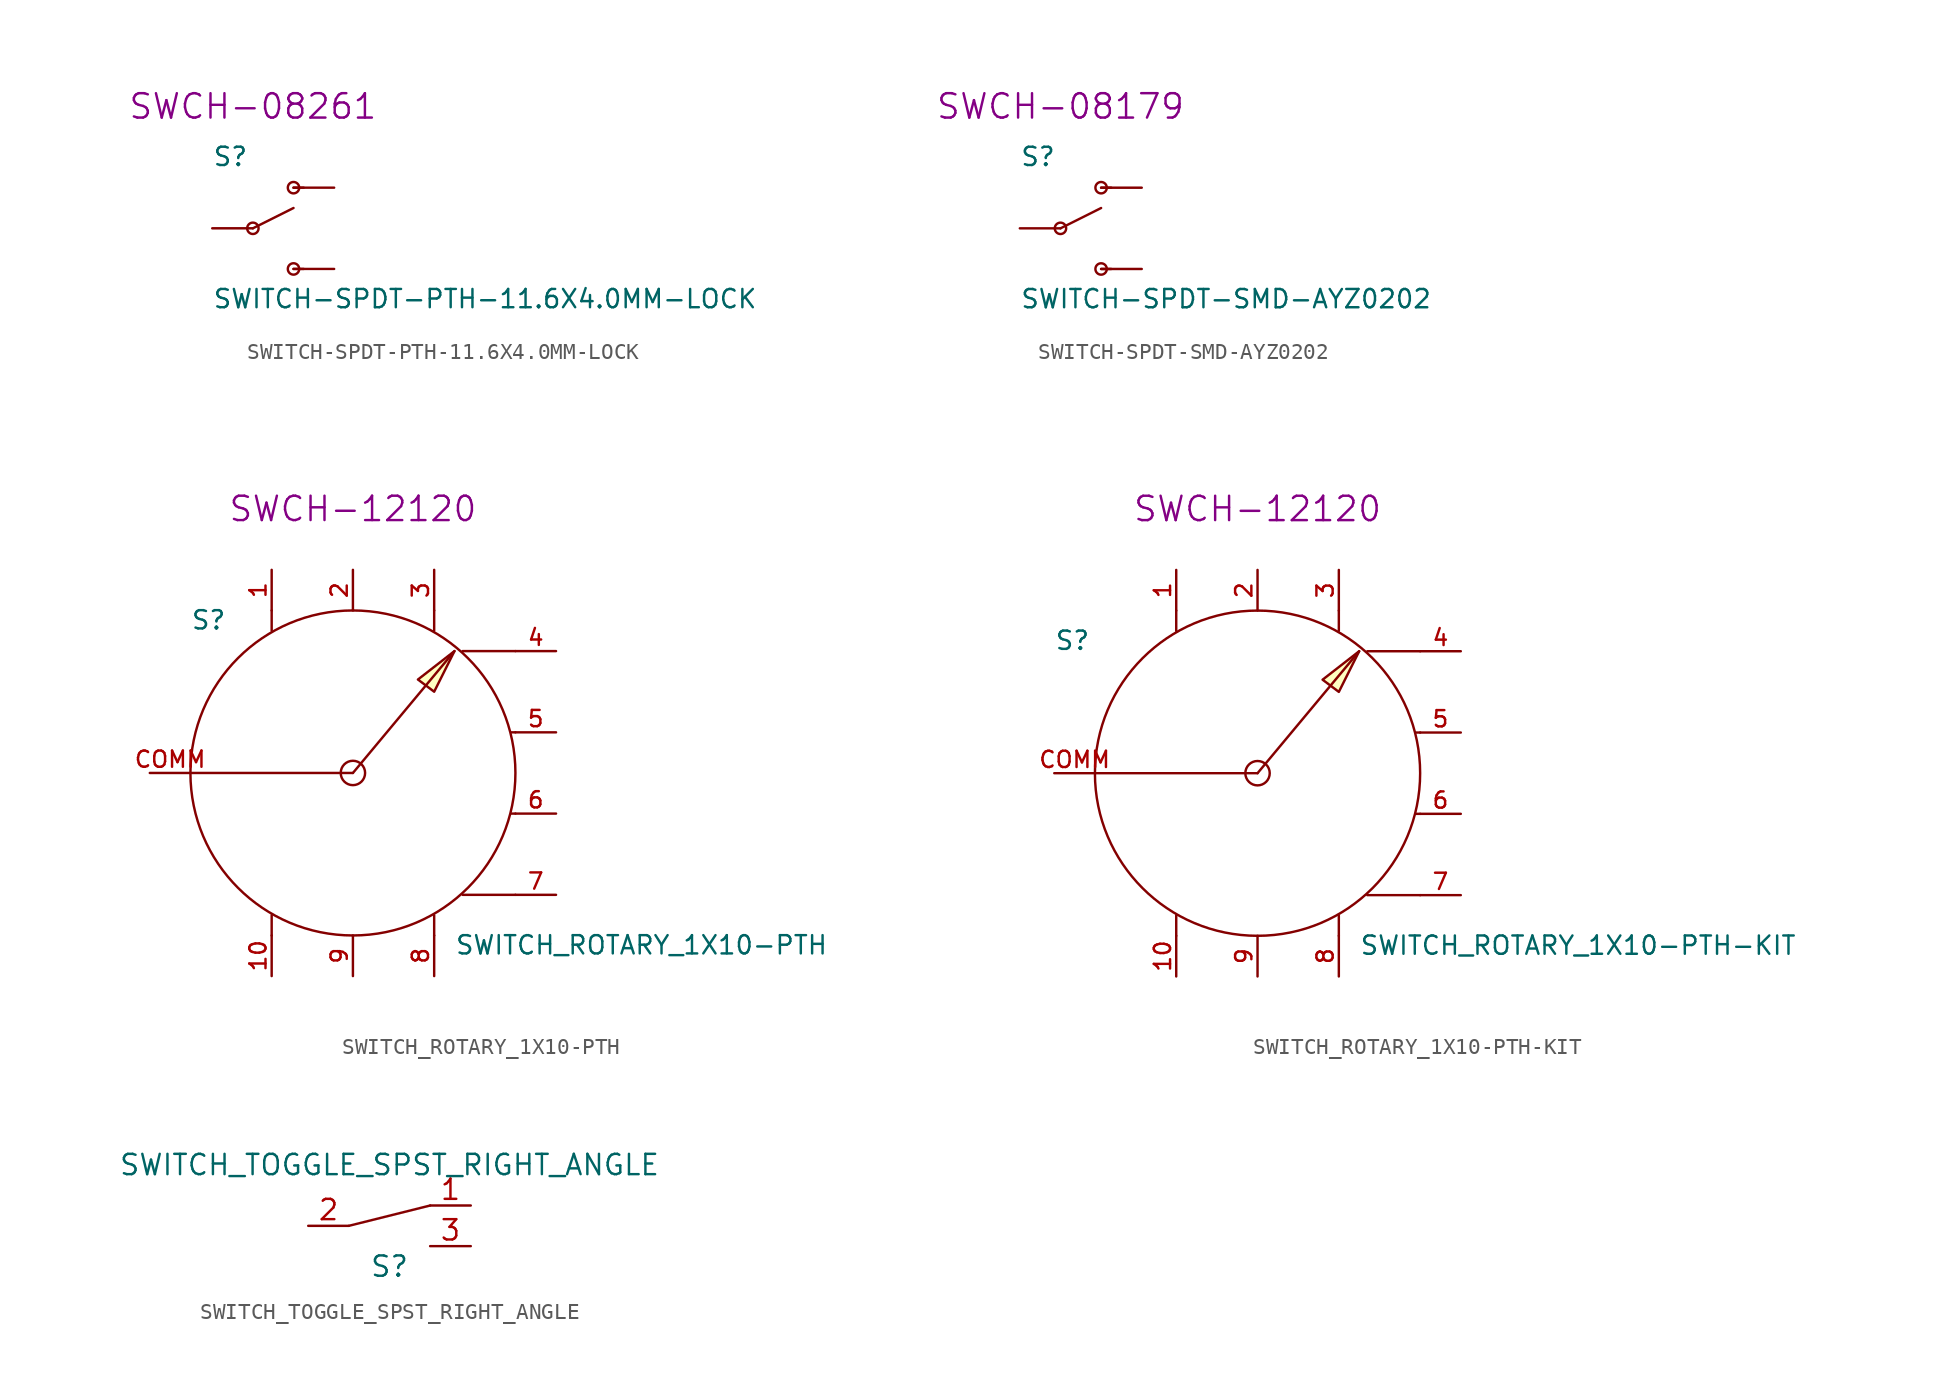
<source format=kicad_sym>
(kicad_symbol_lib
  (version 20201005)
  (generator kicad_symbol_editor)
  (symbol "SWITCH-SPDT-PTH-11.6X4.0MM-LOCK"
    (pin_numbers hide)
    (pin_names
      (offset 1.016) hide)
    (property "Reference" "S"
      (at -2.54 3.81 0)
      (effects (font (size 1.143 1.143)) (justify left bottom)))
    (property "Value" "SWITCH-SPDT-PTH-11.6X4.0MM-LOCK"
      (at -2.54 -5.08 0)
      (effects (font (size 1.143 1.143)) (justify left bottom)))
    (property "Field4" "SWCH-08261"
      (at 0 7.62 0)
      (effects (font (size 1.524 1.524))))
    (property "ki_locked" ""
      (at 0 0 0)
      (effects (font (size 1.27 1.27))))
    (symbol "SWITCH-SPDT-PTH-11.6X4.0MM-LOCK_1_0"
      (polyline (pts (xy 0 0) (xy 2.54 1.27)) (stroke (width 0)) (fill (type none)))
      (polyline (pts (xy 2.54 -2.54) (xy 3.175 -2.54)) (stroke (width 0)) (fill (type none)))
      (polyline (pts (xy 2.54 2.54) (xy 3.175 2.54)) (stroke (width 0)) (fill (type none))))
    (symbol "SWITCH-SPDT-PTH-11.6X4.0MM-LOCK_1_1"
      (circle (center 0 0) (radius 0.356) (stroke (width 0)) (fill (type none)))
      (circle (center 2.54 -2.54) (radius 0.356) (stroke (width 0)) (fill (type none)))
      (circle (center 2.54 2.54) (radius 0.356) (stroke (width 0)) (fill (type none)))
      (pin passive line (at 5.08 2.54 180) (length 2.54) (name "O" (effects (font (size 1.016 1.016)))) (number "1" (effects (font (size 1.016 1.016)))))
      (pin passive line (at -2.54 0 0) (length 2.54) (name "P" (effects (font (size 1.016 1.016)))) (number "2" (effects (font (size 1.016 1.016)))))
      (pin passive line (at 5.08 -2.54 180) (length 2.54) (name "S" (effects (font (size 1.016 1.016)))) (number "3" (effects (font (size 1.016 1.016)))))))
  (symbol "SWITCH-SPDT-SMD-AYZ0202"
    (pin_numbers hide)
    (pin_names
      (offset 1.016) hide)
    (property "Reference" "S"
      (at -2.54 3.81 0)
      (effects (font (size 1.143 1.143)) (justify left bottom)))
    (property "Value" "SWITCH-SPDT-SMD-AYZ0202"
      (at -2.54 -5.08 0)
      (effects (font (size 1.143 1.143)) (justify left bottom)))
    (property "Field4" "SWCH-08179"
      (at 0 7.62 0)
      (effects (font (size 1.524 1.524))))
    (property "ki_locked" ""
      (at 0 0 0)
      (effects (font (size 1.27 1.27))))
    (symbol "SWITCH-SPDT-SMD-AYZ0202_1_0"
      (polyline (pts (xy 0 0) (xy 2.54 1.27)) (stroke (width 0)) (fill (type none)))
      (polyline (pts (xy 2.54 -2.54) (xy 3.175 -2.54)) (stroke (width 0)) (fill (type none)))
      (polyline (pts (xy 2.54 2.54) (xy 3.175 2.54)) (stroke (width 0)) (fill (type none))))
    (symbol "SWITCH-SPDT-SMD-AYZ0202_1_1"
      (circle (center 0 0) (radius 0.356) (stroke (width 0)) (fill (type none)))
      (circle (center 2.54 -2.54) (radius 0.356) (stroke (width 0)) (fill (type none)))
      (circle (center 2.54 2.54) (radius 0.356) (stroke (width 0)) (fill (type none)))
      (pin passive line (at 5.08 2.54 180) (length 2.54) (name "O" (effects (font (size 1.016 1.016)))) (number "1" (effects (font (size 1.016 1.016)))))
      (pin passive line (at -2.54 0 0) (length 2.54) (name "P" (effects (font (size 1.016 1.016)))) (number "2" (effects (font (size 1.016 1.016)))))
      (pin passive line (at 5.08 -2.54 180) (length 2.54) (name "S" (effects (font (size 1.016 1.016)))) (number "3" (effects (font (size 1.016 1.016)))))))
  (symbol "SWITCH_ROTARY_1X10-PTH"
    (pin_names
      (offset 1.016) hide)
    (property "Reference" "S"
      (at -10.16 8.89 0)
      (effects (font (size 1.143 1.143)) (justify left bottom)))
    (property "Value" "SWITCH_ROTARY_1X10-PTH"
      (at 6.35 -11.43 0)
      (effects (font (size 1.143 1.143)) (justify left bottom)))
    (property "Field4" "SWCH-12120"
      (at 0 16.51 0)
      (effects (font (size 1.524 1.524))))
    (property "ki_locked" ""
      (at 0 0 0)
      (effects (font (size 1.27 1.27))))
    (symbol "SWITCH_ROTARY_1X10-PTH_1_0"
      (polyline (pts (xy -5.08 -10.16) (xy -5.08 -8.89)) (stroke (width 0)) (fill (type none)))
      (polyline (pts (xy -5.08 10.16) (xy -5.08 8.89)) (stroke (width 0)) (fill (type none)))
      (polyline (pts (xy 0 0) (xy -10.16 0)) (stroke (width 0)) (fill (type none)))
      (polyline (pts (xy 0 0) (xy 6.35 7.62)) (stroke (width 0)) (fill (type none)))
      (polyline (pts (xy 5.08 -10.16) (xy 5.08 -8.89)) (stroke (width 0)) (fill (type none)))
      (polyline (pts (xy 5.08 10.16) (xy 5.08 8.89)) (stroke (width 0)) (fill (type none)))
      (polyline (pts (xy 10.16 -7.62) (xy 6.858 -7.62)) (stroke (width 0)) (fill (type none)))
      (polyline (pts (xy 10.16 -2.54) (xy 9.906 -2.54)) (stroke (width 0)) (fill (type none)))
      (polyline (pts (xy 10.16 2.54) (xy 9.906 2.54)) (stroke (width 0)) (fill (type none)))
      (polyline (pts (xy 10.16 7.62) (xy 6.858 7.62)) (stroke (width 0)) (fill (type none))))
    (symbol "SWITCH_ROTARY_1X10-PTH_1_1"
      (circle (center 0 0) (radius 0.762) (stroke (width 0)) (fill (type none)))
      (circle (center 0 0) (radius 10.16) (stroke (width 0)) (fill (type none)))
      (polyline (pts (xy 6.35 7.62) (xy 5.08 5.08) (xy 4.064 5.842) (xy 6.35 7.62)) (stroke (width 0)) (fill (type background)))
      (pin bidirectional line (at -5.08 12.7 270) (length 2.54) (name "1" (effects (font (size 1.016 1.016)))) (number "1" (effects (font (size 1.016 1.016)))))
      (pin bidirectional line (at 0 12.7 270) (length 2.54) (name "2" (effects (font (size 1.016 1.016)))) (number "2" (effects (font (size 1.016 1.016)))))
      (pin bidirectional line (at 5.08 12.7 270) (length 2.54) (name "3" (effects (font (size 1.016 1.016)))) (number "3" (effects (font (size 1.016 1.016)))))
      (pin bidirectional line (at 12.7 7.62 180) (length 2.54) (name "4" (effects (font (size 1.016 1.016)))) (number "4" (effects (font (size 1.016 1.016)))))
      (pin bidirectional line (at 12.7 2.54 180) (length 2.54) (name "5" (effects (font (size 1.016 1.016)))) (number "5" (effects (font (size 1.016 1.016)))))
      (pin bidirectional line (at 12.7 -2.54 180) (length 2.54) (name "6" (effects (font (size 1.016 1.016)))) (number "6" (effects (font (size 1.016 1.016)))))
      (pin bidirectional line (at 12.7 -7.62 180) (length 2.54) (name "7" (effects (font (size 1.016 1.016)))) (number "7" (effects (font (size 1.016 1.016)))))
      (pin bidirectional line (at 5.08 -12.7 90) (length 2.54) (name "8" (effects (font (size 1.016 1.016)))) (number "8" (effects (font (size 1.016 1.016)))))
      (pin bidirectional line (at 0 -12.7 90) (length 2.54) (name "9" (effects (font (size 1.016 1.016)))) (number "9" (effects (font (size 1.016 1.016)))))
      (pin bidirectional line (at -5.08 -12.7 90) (length 2.54) (name "10" (effects (font (size 1.016 1.016)))) (number "10" (effects (font (size 1.016 1.016)))))
      (pin bidirectional line (at -12.7 0 0) (length 2.54) (name "COMMON" (effects (font (size 1.016 1.016)))) (number "COMM" (effects (font (size 1.016 1.016)))))))
  (symbol "SWITCH_ROTARY_1X10-PTH-KIT"
    (pin_names
      (offset 1.016) hide)
    (property "Reference" "S"
      (at -12.7 7.62 0)
      (effects (font (size 1.143 1.143)) (justify left bottom)))
    (property "Value" "SWITCH_ROTARY_1X10-PTH-KIT"
      (at 6.35 -11.43 0)
      (effects (font (size 1.143 1.143)) (justify left bottom)))
    (property "Field4" "SWCH-12120"
      (at 0 16.51 0)
      (effects (font (size 1.524 1.524))))
    (property "ki_locked" ""
      (at 0 0 0)
      (effects (font (size 1.27 1.27))))
    (symbol "SWITCH_ROTARY_1X10-PTH-KIT_1_0"
      (polyline (pts (xy -5.08 -10.16) (xy -5.08 -8.89)) (stroke (width 0)) (fill (type none)))
      (polyline (pts (xy -5.08 10.16) (xy -5.08 8.89)) (stroke (width 0)) (fill (type none)))
      (polyline (pts (xy 0 0) (xy -10.16 0)) (stroke (width 0)) (fill (type none)))
      (polyline (pts (xy 0 0) (xy 6.35 7.62)) (stroke (width 0)) (fill (type none)))
      (polyline (pts (xy 5.08 -10.16) (xy 5.08 -8.89)) (stroke (width 0)) (fill (type none)))
      (polyline (pts (xy 5.08 10.16) (xy 5.08 8.89)) (stroke (width 0)) (fill (type none)))
      (polyline (pts (xy 10.16 -7.62) (xy 6.858 -7.62)) (stroke (width 0)) (fill (type none)))
      (polyline (pts (xy 10.16 -2.54) (xy 9.906 -2.54)) (stroke (width 0)) (fill (type none)))
      (polyline (pts (xy 10.16 2.54) (xy 9.906 2.54)) (stroke (width 0)) (fill (type none)))
      (polyline (pts (xy 10.16 7.62) (xy 6.858 7.62)) (stroke (width 0)) (fill (type none))))
    (symbol "SWITCH_ROTARY_1X10-PTH-KIT_1_1"
      (circle (center 0 0) (radius 0.762) (stroke (width 0)) (fill (type none)))
      (circle (center 0 0) (radius 10.16) (stroke (width 0)) (fill (type none)))
      (polyline (pts (xy 6.35 7.62) (xy 5.08 5.08) (xy 4.064 5.842) (xy 6.35 7.62)) (stroke (width 0)) (fill (type background)))
      (pin bidirectional line (at -5.08 12.7 270) (length 2.54) (name "1" (effects (font (size 1.016 1.016)))) (number "1" (effects (font (size 1.016 1.016)))))
      (pin bidirectional line (at 0 12.7 270) (length 2.54) (name "2" (effects (font (size 1.016 1.016)))) (number "2" (effects (font (size 1.016 1.016)))))
      (pin bidirectional line (at 5.08 12.7 270) (length 2.54) (name "3" (effects (font (size 1.016 1.016)))) (number "3" (effects (font (size 1.016 1.016)))))
      (pin bidirectional line (at 12.7 7.62 180) (length 2.54) (name "4" (effects (font (size 1.016 1.016)))) (number "4" (effects (font (size 1.016 1.016)))))
      (pin bidirectional line (at 12.7 2.54 180) (length 2.54) (name "5" (effects (font (size 1.016 1.016)))) (number "5" (effects (font (size 1.016 1.016)))))
      (pin bidirectional line (at 12.7 -2.54 180) (length 2.54) (name "6" (effects (font (size 1.016 1.016)))) (number "6" (effects (font (size 1.016 1.016)))))
      (pin bidirectional line (at 12.7 -7.62 180) (length 2.54) (name "7" (effects (font (size 1.016 1.016)))) (number "7" (effects (font (size 1.016 1.016)))))
      (pin bidirectional line (at 5.08 -12.7 90) (length 2.54) (name "8" (effects (font (size 1.016 1.016)))) (number "8" (effects (font (size 1.016 1.016)))))
      (pin bidirectional line (at 0 -12.7 90) (length 2.54) (name "9" (effects (font (size 1.016 1.016)))) (number "9" (effects (font (size 1.016 1.016)))))
      (pin bidirectional line (at -5.08 -12.7 90) (length 2.54) (name "10" (effects (font (size 1.016 1.016)))) (number "10" (effects (font (size 1.016 1.016)))))
      (pin bidirectional line (at -12.7 0 0) (length 2.54) (name "COMMON" (effects (font (size 1.016 1.016)))) (number "COMM" (effects (font (size 1.016 1.016)))))))
  (symbol "SWITCH_TOGGLE_SPST_RIGHT_ANGLE"
    (pin_names
      (offset 1.016))
    (property "Reference" "S"
      (at 0 -2.54 0)
      (effects (font (size 1.27 1.27))))
    (property "Value" "SWITCH_TOGGLE_SPST_RIGHT_ANGLE"
      (at 0 3.81 0)
      (effects (font (size 1.27 1.27))))
    (symbol "SWITCH_TOGGLE_SPST_RIGHT_ANGLE_0_1"
      (polyline (pts (xy -2.54 0) (xy 2.54 1.27)) (stroke (width 0)) (fill (type none))))
    (symbol "SWITCH_TOGGLE_SPST_RIGHT_ANGLE_1_1"
      (pin output line (at 5.08 1.27 180) (length 2.54) (name "~" (effects (font (size 1.27 1.27)))) (number "1" (effects (font (size 1.27 1.27)))))
      (pin input line (at -5.08 0 0) (length 2.54) (name "~" (effects (font (size 1.27 1.27)))) (number "2" (effects (font (size 1.27 1.27)))))
      (pin output line (at 5.08 -1.27 180) (length 2.54) (name "~" (effects (font (size 1.27 1.27)))) (number "3" (effects (font (size 1.27 1.27))))))))
</source>
